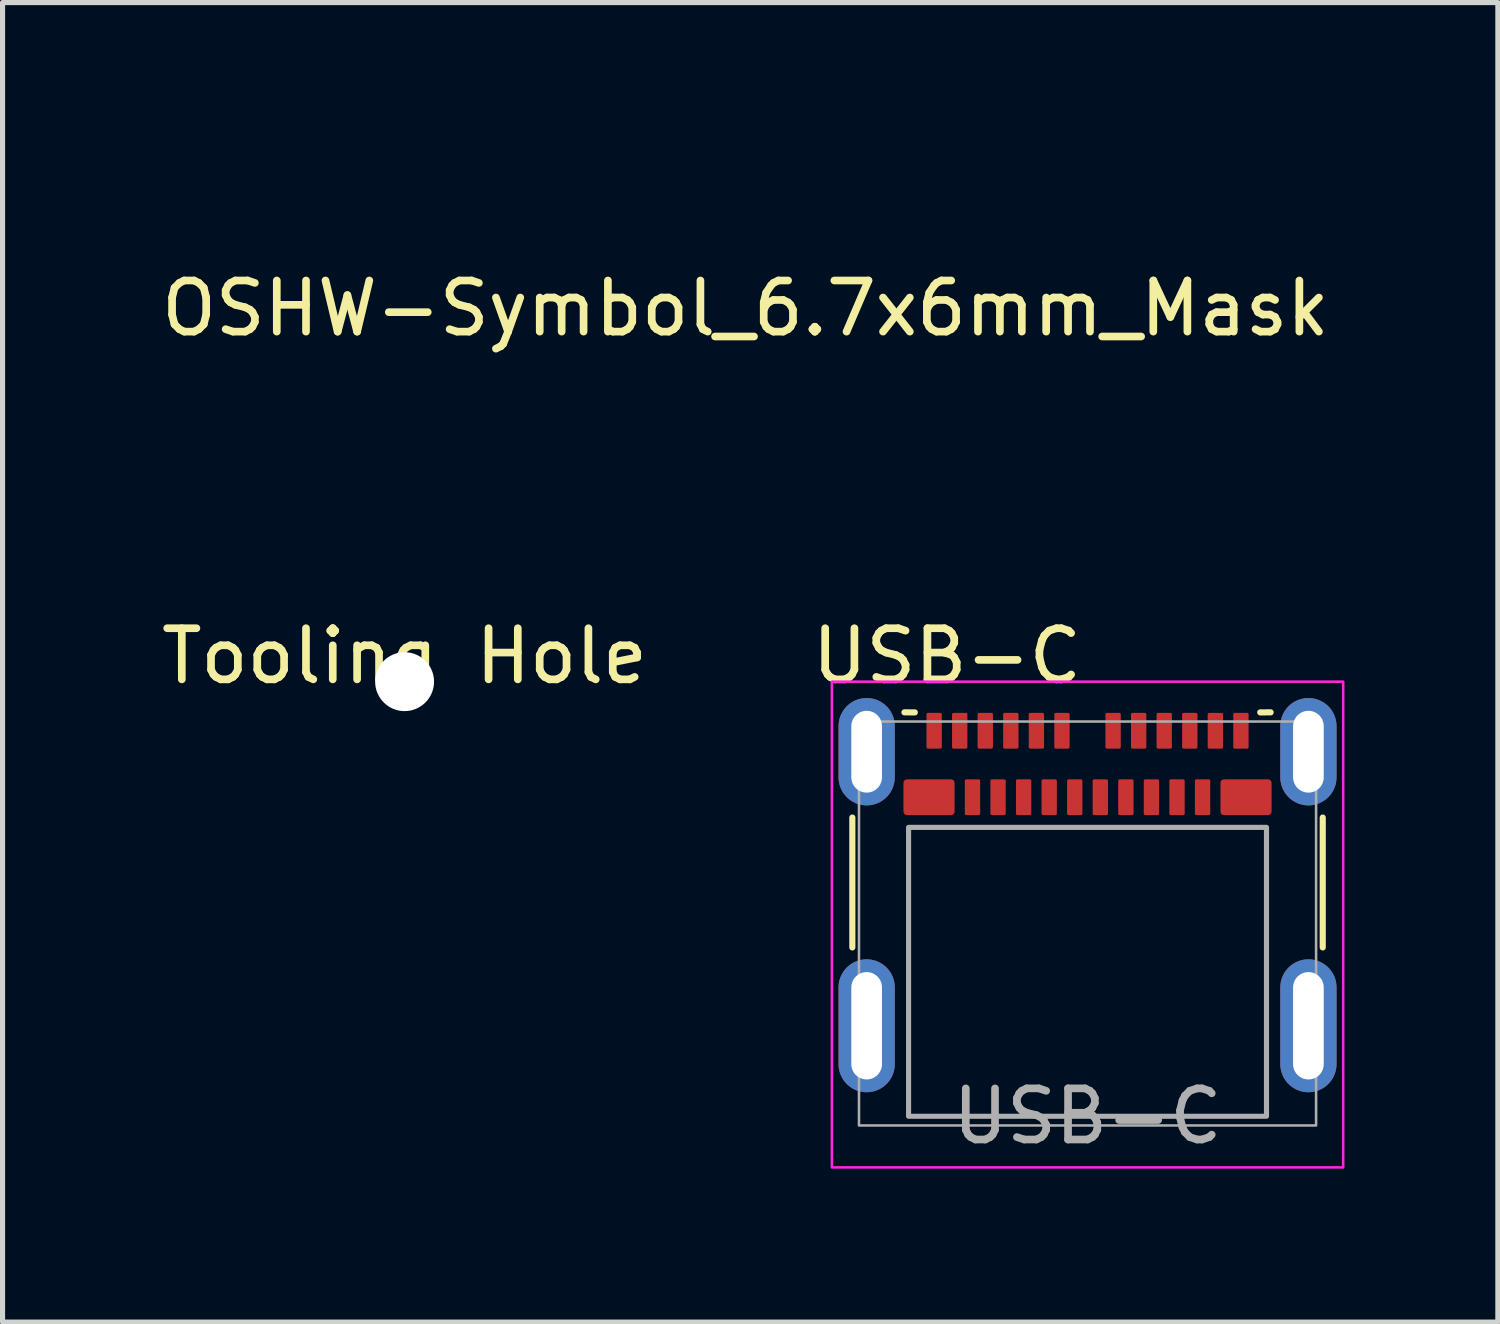
<source format=kicad_pcb>
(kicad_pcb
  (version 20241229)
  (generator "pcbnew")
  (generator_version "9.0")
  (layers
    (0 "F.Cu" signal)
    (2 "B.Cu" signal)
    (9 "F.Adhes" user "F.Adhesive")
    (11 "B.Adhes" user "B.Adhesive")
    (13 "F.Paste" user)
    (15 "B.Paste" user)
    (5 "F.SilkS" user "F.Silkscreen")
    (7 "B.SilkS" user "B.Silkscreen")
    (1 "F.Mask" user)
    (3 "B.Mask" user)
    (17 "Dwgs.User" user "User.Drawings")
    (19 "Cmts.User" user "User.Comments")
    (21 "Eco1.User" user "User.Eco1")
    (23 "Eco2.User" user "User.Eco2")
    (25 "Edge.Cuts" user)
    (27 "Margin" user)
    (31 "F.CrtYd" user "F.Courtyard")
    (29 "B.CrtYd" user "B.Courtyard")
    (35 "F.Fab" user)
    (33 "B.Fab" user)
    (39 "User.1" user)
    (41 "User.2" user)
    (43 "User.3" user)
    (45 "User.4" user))
  (footprint "USB-C"
    (layer "F.Cu")
    (at 18.22 18.782)
    (property "Reference" "USB-C" (at -2.75 -9 0) (unlocked yes) (layer "F.SilkS") (effects (font (size 1 1) (thickness 0.15))))
    (attr smd)
    (fp_line (start -4.6 -3.302) (end -4.6 -5.842) (stroke (width 0.12) (type solid)) (layer "F.SilkS"))
    (fp_line (start -3.378 -7.899) (end -3.581 -7.9) (stroke (width 0.12) (type solid)) (layer "F.SilkS"))
    (fp_line (start 3.378 -7.899) (end 3.581 -7.9) (stroke (width 0.12) (type solid)) (layer "F.SilkS"))
    (fp_line (start 4.6 -3.302) (end 4.6 -5.842) (stroke (width 0.12) (type solid)) (layer "F.SilkS"))
    (fp_rect (start -5 1) (end 5 -8.5) (stroke (width 0.05) (type solid)) (fill no) (layer "F.CrtYd"))
    (fp_rect (start -4.47 0.18) (end 4.47 -7.72) (stroke (width 0.05) (type solid)) (fill no) (layer "F.Fab"))
    (fp_rect (start -3.5 -5.65) (end 3.5 0) (stroke (width 0.1) (type solid)) (fill no) (layer "F.Fab"))
    (fp_text user "${REFERENCE}" (at 0 0 0) (unlocked yes) (layer "F.Fab") (effects (font (size 1 1) (thickness 0.15))))
    (pad "A1" smd roundrect (at -3 -7.54 90) (size 0.7 0.3) (layers "F.Cu" "F.Mask" "F.Paste") (roundrect_rratio 0.1))
    (pad "A2" smd roundrect (at -2.5 -7.54 90) (size 0.7 0.3) (layers "F.Cu" "F.Mask" "F.Paste") (roundrect_rratio 0.1))
    (pad "A3" smd roundrect (at -2 -7.54 90) (size 0.7 0.3) (layers "F.Cu" "F.Mask" "F.Paste") (roundrect_rratio 0.1))
    (pad "A4" smd roundrect (at -1.5 -7.54 90) (size 0.7 0.3) (layers "F.Cu" "F.Mask" "F.Paste") (roundrect_rratio 0.1))
    (pad "A5" smd roundrect (at -1 -7.54 90) (size 0.7 0.3) (layers "F.Cu" "F.Mask" "F.Paste") (roundrect_rratio 0.1))
    (pad "A6" smd roundrect (at -0.5 -7.54 90) (size 0.7 0.3) (layers "F.Cu" "F.Mask" "F.Paste") (roundrect_rratio 0.1))
    (pad "A7" smd roundrect (at 0.5 -7.54 90) (size 0.7 0.3) (layers "F.Cu" "F.Mask" "F.Paste") (roundrect_rratio 0.1))
    (pad "A8" smd roundrect (at 1 -7.54 90) (size 0.7 0.3) (layers "F.Cu" "F.Mask" "F.Paste") (roundrect_rratio 0.1))
    (pad "A9" smd roundrect (at 1.5 -7.54 90) (size 0.7 0.3) (layers "F.Cu" "F.Mask" "F.Paste") (roundrect_rratio 0.1))
    (pad "A10" smd roundrect (at 2 -7.54 90) (size 0.7 0.3) (layers "F.Cu" "F.Mask" "F.Paste") (roundrect_rratio 0.1))
    (pad "A11" smd roundrect (at 2.5 -7.54 90) (size 0.7 0.3) (layers "F.Cu" "F.Mask" "F.Paste") (roundrect_rratio 0.1))
    (pad "A12" smd roundrect (at 3 -7.54 90) (size 0.7 0.3) (layers "F.Cu" "F.Mask" "F.Paste") (roundrect_rratio 0.1))
    (pad "B1" smd roundrect (at 3.1 -6.24 90) (size 0.7 1) (layers "F.Cu" "F.Mask" "F.Paste") (roundrect_rratio 0.1))
    (pad "B2" smd roundrect (at 2.25 -6.24 90) (size 0.7 0.3) (layers "F.Cu" "F.Mask" "F.Paste") (roundrect_rratio 0.1))
    (pad "B3" smd roundrect (at 1.75 -6.24 90) (size 0.7 0.3) (layers "F.Cu" "F.Mask" "F.Paste") (roundrect_rratio 0.1))
    (pad "B4" smd roundrect (at 1.25 -6.24 90) (size 0.7 0.3) (layers "F.Cu" "F.Mask" "F.Paste") (roundrect_rratio 0.1))
    (pad "B5" smd roundrect (at 0.75 -6.24 90) (size 0.7 0.3) (layers "F.Cu" "F.Mask" "F.Paste") (roundrect_rratio 0.1))
    (pad "B6" smd roundrect (at 0.25 -6.24 90) (size 0.7 0.3) (layers "F.Cu" "F.Mask" "F.Paste") (roundrect_rratio 0.1))
    (pad "B7" smd roundrect (at -0.25 -6.24 90) (size 0.7 0.3) (layers "F.Cu" "F.Mask" "F.Paste") (roundrect_rratio 0.1))
    (pad "B8" smd roundrect (at -0.75 -6.24 90) (size 0.7 0.3) (layers "F.Cu" "F.Mask" "F.Paste") (roundrect_rratio 0.1))
    (pad "B9" smd roundrect (at -1.25 -6.24 90) (size 0.7 0.3) (layers "F.Cu" "F.Mask" "F.Paste") (roundrect_rratio 0.1))
    (pad "B10" smd roundrect (at -1.75 -6.24 90) (size 0.7 0.3) (layers "F.Cu" "F.Mask" "F.Paste") (roundrect_rratio 0.1))
    (pad "B11" smd roundrect (at -2.25 -6.24 90) (size 0.7 0.3) (layers "F.Cu" "F.Mask" "F.Paste") (roundrect_rratio 0.1))
    (pad "B12" smd roundrect (at -3.1 -6.24 90) (size 0.7 1) (layers "F.Cu" "F.Mask" "F.Paste") (roundrect_rratio 0.1))
    (pad "S1" thru_hole oval (at -4.32 -7.13 90) (size 2.1 1.1) (drill oval 1.6 0.6) (layers "*.Cu" "*.Mask"))
    (pad "S1" thru_hole oval (at -4.32 -1.77 90) (size 2.6 1.1) (drill oval 2.1 0.6) (layers "*.Cu" "*.Mask"))
    (pad "S1" thru_hole oval (at 4.32 -7.13 90) (size 2.1 1.1) (drill oval 1.6 0.6) (layers "*.Cu" "*.Mask"))
    (pad "S1" thru_hole oval (at 4.32 -1.77 90) (size 2.6 1.1) (drill oval 2.1 0.6) (layers "*.Cu" "*.Mask")))
  (footprint "OSHW-Symbol_6.7x6mm_Mask"
    (layer "F.Cu")
    (at 11.53 2.981)
    (property "Reference" "OSHW-Symbol_6.7x6mm_Mask" (at 0 0 0) (layer "F.SilkS") (effects (font (size 1 1) (thickness 0.15))))
    (attr exclude_from_pos_files exclude_from_bom)
    (fp_poly (pts (xy 0.556 -2.531) (xy 0.64 -2.086) (xy 0.949 -1.959) (xy 1.258 -1.831) (xy 1.629 -2.084) (xy 1.733 -2.154) (xy 1.827 -2.217) (xy 1.907 -2.269) (xy 1.967 -2.308) (xy 2.005 -2.331) (xy 2.015 -2.336) (xy 2.034 -2.323) (xy 2.073 -2.288) (xy 2.13 -2.235) (xy 2.198 -2.168) (xy 2.274 -2.093) (xy 2.353 -2.013) (xy 2.431 -1.932) (xy 2.504 -1.857) (xy 2.567 -1.79) (xy 2.615 -1.737) (xy 2.644 -1.702) (xy 2.651 -1.69) (xy 2.641 -1.669) (xy 2.613 -1.621) (xy 2.569 -1.553) (xy 2.513 -1.468) (xy 2.448 -1.371) (xy 2.41 -1.316) (xy 2.341 -1.215) (xy 2.28 -1.124) (xy 2.23 -1.047) (xy 2.193 -0.989) (xy 2.172 -0.955) (xy 2.169 -0.948) (xy 2.176 -0.927) (xy 2.195 -0.879) (xy 2.223 -0.811) (xy 2.257 -0.729) (xy 2.295 -0.64) (xy 2.333 -0.55) (xy 2.369 -0.467) (xy 2.4 -0.396) (xy 2.423 -0.346) (xy 2.435 -0.322) (xy 2.436 -0.321) (xy 2.455 -0.316) (xy 2.505 -0.306) (xy 2.581 -0.291) (xy 2.678 -0.272) (xy 2.791 -0.251) (xy 2.856 -0.239) (xy 2.977 -0.216) (xy 3.086 -0.194) (xy 3.177 -0.174) (xy 3.246 -0.158) (xy 3.287 -0.147) (xy 3.296 -0.143) (xy 3.304 -0.119) (xy 3.31 -0.064) (xy 3.315 0.015) (xy 3.318 0.112) (xy 3.32 0.22) (xy 3.321 0.333) (xy 3.319 0.445) (xy 3.317 0.549) (xy 3.312 0.638) (xy 3.307 0.707) (xy 3.299 0.748) (xy 3.295 0.757) (xy 3.269 0.767) (xy 3.213 0.782) (xy 3.136 0.799) (xy 3.044 0.818) (xy 3.012 0.824) (xy 2.858 0.852) (xy 2.735 0.875) (xy 2.642 0.893) (xy 2.572 0.908) (xy 2.523 0.919) (xy 2.491 0.929) (xy 2.471 0.938) (xy 2.459 0.947) (xy 2.457 0.948) (xy 2.44 0.976) (xy 2.415 1.031) (xy 2.383 1.105) (xy 2.347 1.192) (xy 2.311 1.286) (xy 2.275 1.379) (xy 2.244 1.466) (xy 2.219 1.539) (xy 2.203 1.592) (xy 2.199 1.618) (xy 2.2 1.619) (xy 2.214 1.64) (xy 2.245 1.687) (xy 2.291 1.755) (xy 2.349 1.838) (xy 2.413 1.933) (xy 2.432 1.96) (xy 2.498 2.057) (xy 2.556 2.146) (xy 2.603 2.221) (xy 2.635 2.278) (xy 2.651 2.311) (xy 2.651 2.315) (xy 2.638 2.336) (xy 2.603 2.377) (xy 2.549 2.435) (xy 2.482 2.505) (xy 2.406 2.582) (xy 2.326 2.662) (xy 2.245 2.74) (xy 2.17 2.811) (xy 2.103 2.872) (xy 2.051 2.918) (xy 2.017 2.944) (xy 2.008 2.948) (xy 1.986 2.938) (xy 1.941 2.911) (xy 1.88 2.872) (xy 1.834 2.84) (xy 1.749 2.782) (xy 1.65 2.714) (xy 1.549 2.646) (xy 1.496 2.609) (xy 1.313 2.486) (xy 1.16 2.569) (xy 1.091 2.605) (xy 1.031 2.633) (xy 0.991 2.649) (xy 0.981 2.651) (xy 0.969 2.635) (xy 0.945 2.588) (xy 0.91 2.516) (xy 0.868 2.422) (xy 0.818 2.31) (xy 0.764 2.186) (xy 0.708 2.053) (xy 0.65 1.916) (xy 0.593 1.779) (xy 0.538 1.646) (xy 0.488 1.522) (xy 0.443 1.411) (xy 0.407 1.317) (xy 0.381 1.244) (xy 0.366 1.197) (xy 0.363 1.181) (xy 0.382 1.16) (xy 0.424 1.127) (xy 0.48 1.088) (xy 0.484 1.085) (xy 0.628 0.969) (xy 0.744 0.835) (xy 0.831 0.686) (xy 0.889 0.526) (xy 0.915 0.36) (xy 0.91 0.192) (xy 0.871 0.026) (xy 0.799 -0.134) (xy 0.778 -0.169) (xy 0.667 -0.309) (xy 0.536 -0.422) (xy 0.39 -0.507) (xy 0.233 -0.563) (xy 0.069 -0.589) (xy -0.097 -0.585) (xy -0.26 -0.551) (xy -0.416 -0.485) (xy -0.56 -0.388) (xy -0.605 -0.348) (xy -0.719 -0.224) (xy -0.802 -0.094) (xy -0.859 0.052) (xy -0.89 0.197) (xy -0.898 0.36) (xy -0.872 0.523) (xy -0.815 0.682) (xy -0.729 0.831) (xy -0.617 0.964) (xy -0.482 1.075) (xy -0.464 1.087) (xy -0.408 1.126) (xy -0.365 1.159) (xy -0.345 1.18) (xy -0.344 1.181) (xy -0.349 1.204) (xy -0.366 1.256) (xy -0.395 1.333) (xy -0.433 1.431) (xy -0.478 1.545) (xy -0.53 1.672) (xy -0.585 1.806) (xy -0.643 1.943) (xy -0.7 2.08) (xy -0.757 2.211) (xy -0.81 2.333) (xy -0.858 2.441) (xy -0.899 2.532) (xy -0.932 2.599) (xy -0.954 2.64) (xy -0.963 2.651) (xy -0.99 2.643) (xy -1.04 2.62) (xy -1.106 2.588) (xy -1.142 2.569) (xy -1.295 2.486) (xy -1.477 2.609) (xy -1.57 2.672) (xy -1.672 2.742) (xy -1.767 2.807) (xy -1.815 2.84) (xy -1.882 2.885) (xy -1.939 2.921) (xy -1.979 2.943) (xy -1.991 2.948) (xy -2.01 2.935) (xy -2.051 2.9) (xy -2.11 2.847) (xy -2.185 2.778) (xy -2.269 2.698) (xy -2.323 2.646) (xy -2.416 2.554) (xy -2.497 2.472) (xy -2.562 2.403) (xy -2.608 2.351) (xy -2.631 2.319) (xy -2.633 2.312) (xy -2.623 2.287) (xy -2.594 2.237) (xy -2.551 2.167) (xy -2.496 2.082) (xy -2.432 1.986) (xy -2.413 1.96) (xy -2.347 1.863) (xy -2.287 1.776) (xy -2.238 1.704) (xy -2.202 1.65) (xy -2.183 1.622) (xy -2.181 1.619) (xy -2.184 1.596) (xy -2.199 1.545) (xy -2.223 1.474) (xy -2.253 1.389) (xy -2.288 1.296) (xy -2.325 1.202) (xy -2.361 1.113) (xy -2.393 1.038) (xy -2.419 0.981) (xy -2.437 0.95) (xy -2.438 0.948) (xy -2.449 0.94) (xy -2.468 0.931) (xy -2.498 0.921) (xy -2.543 0.91) (xy -2.608 0.896) (xy -2.697 0.879) (xy -2.813 0.857) (xy -2.962 0.83) (xy -2.994 0.824) (xy -3.089 0.805) (xy -3.172 0.787) (xy -3.235 0.772) (xy -3.271 0.76) (xy -3.276 0.757) (xy -3.284 0.732) (xy -3.291 0.677) (xy -3.296 0.597) (xy -3.3 0.5) (xy -3.302 0.392) (xy -3.302 0.279) (xy -3.301 0.167) (xy -3.298 0.064) (xy -3.294 -0.026) (xy -3.289 -0.094) (xy -3.281 -0.135) (xy -3.277 -0.143) (xy -3.253 -0.152) (xy -3.197 -0.166) (xy -3.117 -0.183) (xy -3.016 -0.204) (xy -2.901 -0.227) (xy -2.838 -0.239) (xy -2.719 -0.261) (xy -2.613 -0.281) (xy -2.524 -0.298) (xy -2.46 -0.311) (xy -2.423 -0.319) (xy -2.417 -0.321) (xy -2.407 -0.34) (xy -2.386 -0.387) (xy -2.356 -0.455) (xy -2.32 -0.537) (xy -2.282 -0.626) (xy -2.244 -0.716) (xy -2.209 -0.8) (xy -2.18 -0.871) (xy -2.16 -0.922) (xy -2.151 -0.948) (xy -2.151 -0.949) (xy -2.161 -0.968) (xy -2.189 -1.014) (xy -2.233 -1.081) (xy -2.289 -1.165) (xy -2.354 -1.261) (xy -2.392 -1.316) (xy -2.461 -1.418) (xy -2.522 -1.509) (xy -2.573 -1.587) (xy -2.61 -1.647) (xy -2.63 -1.683) (xy -2.633 -1.691) (xy -2.62 -1.709) (xy -2.585 -1.75) (xy -2.533 -1.807) (xy -2.467 -1.876) (xy -2.393 -1.953) (xy -2.314 -2.033) (xy -2.235 -2.113) (xy -2.16 -2.187) (xy -2.095 -2.25) (xy -2.043 -2.299) (xy -2.008 -2.329) (xy -1.996 -2.336) (xy -1.978 -2.326) (xy -1.933 -2.298) (xy -1.866 -2.255) (xy -1.781 -2.199) (xy -1.684 -2.133) (xy -1.611 -2.084) (xy -1.24 -1.831) (xy -0.621 -2.086) (xy -0.537 -2.531) (xy -0.453 -2.976) (xy 0.472 -2.976) (xy 0.556 -2.531)) (stroke (width 0.01) (type solid)) (fill yes) (layer "F.Mask")))
  (footprint "Tooling Hole"
    (layer "F.Cu")
    (at 4.863 10.282)
    (property "Reference" "Tooling Hole" (at 0 -0.5 0) (unlocked yes) (layer "F.SilkS") (effects (font (size 1 1) (thickness 0.15))))
    (pad "" np_thru_hole circle (at 0 0) (size 1.152 1.152) (drill 1.152) (layers "*.Cu" "*.Mask")))
  (gr_rect
    (start -3 -3)
    (end 26.245 22.807)
    (stroke (width 0.1) (type default))
    (fill no)
    (layer "Edge.Cuts")))
</source>
